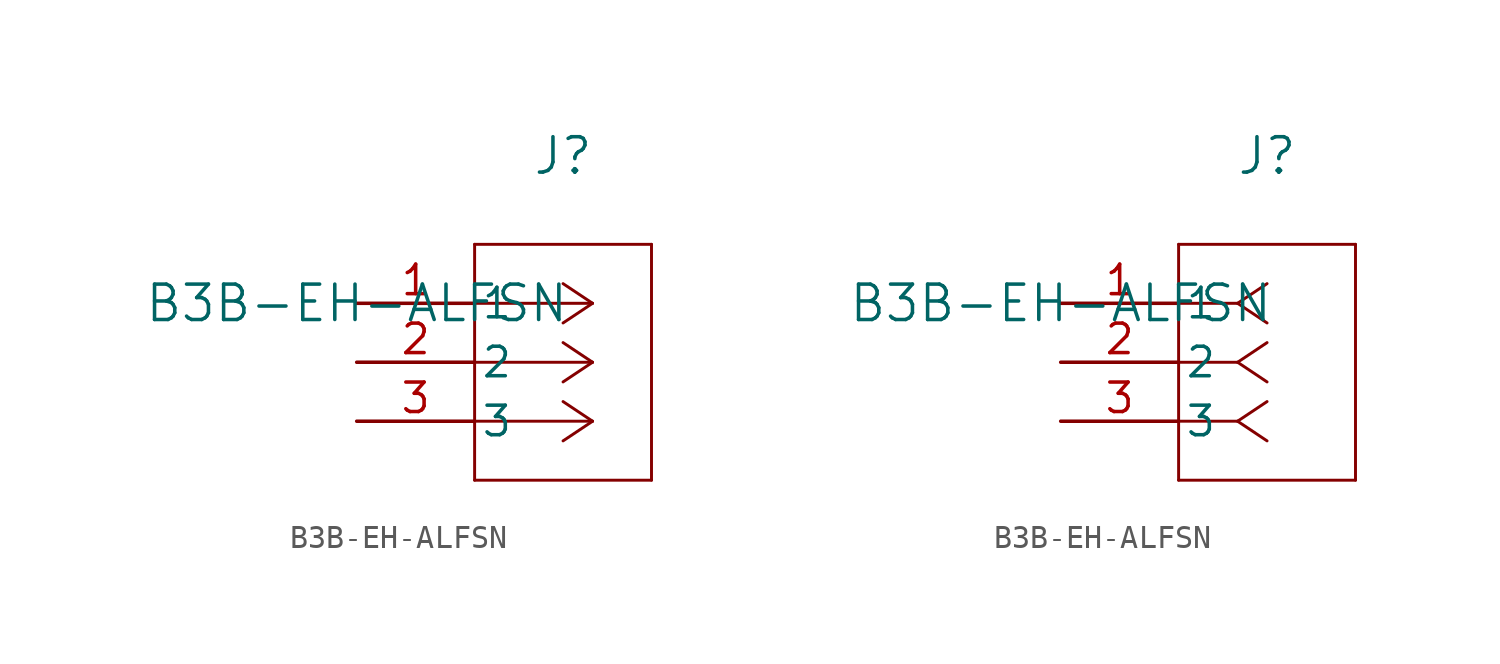
<source format=kicad_sym>
(kicad_symbol_lib
  (version 20211014)
  (generator kicad_symbol_editor)
  (symbol "B3B-EH-ALFSN"
    (pin_names
      (offset 0.254))
    (property "Reference" "J"
      (at 8.89 6.35 0)
      (effects (font (size 1.524 1.524))))
    (property "Value" "B3B-EH-ALFSN"
      (at 0 0 0)
      (effects (font (size 1.524 1.524))))
    (symbol "B3B-EH-ALFSN_1_1"
      (polyline (pts (xy 10.16 0) (xy 5.08 0)) (stroke (width 0.127) (type default) (color 0 0 0 0)) (fill (type none)))
      (polyline (pts (xy 10.16 -2.54) (xy 5.08 -2.54)) (stroke (width 0.127) (type default) (color 0 0 0 0)) (fill (type none)))
      (polyline (pts (xy 10.16 -5.08) (xy 5.08 -5.08)) (stroke (width 0.127) (type default) (color 0 0 0 0)) (fill (type none)))
      (polyline (pts (xy 10.16 0) (xy 8.89 0.847)) (stroke (width 0.127) (type default) (color 0 0 0 0)) (fill (type none)))
      (polyline (pts (xy 10.16 -2.54) (xy 8.89 -1.693)) (stroke (width 0.127) (type default) (color 0 0 0 0)) (fill (type none)))
      (polyline (pts (xy 10.16 -5.08) (xy 8.89 -4.233)) (stroke (width 0.127) (type default) (color 0 0 0 0)) (fill (type none)))
      (polyline (pts (xy 10.16 0) (xy 8.89 -0.847)) (stroke (width 0.127) (type default) (color 0 0 0 0)) (fill (type none)))
      (polyline (pts (xy 10.16 -2.54) (xy 8.89 -3.387)) (stroke (width 0.127) (type default) (color 0 0 0 0)) (fill (type none)))
      (polyline (pts (xy 10.16 -5.08) (xy 8.89 -5.927)) (stroke (width 0.127) (type default) (color 0 0 0 0)) (fill (type none)))
      (polyline (pts (xy 5.08 2.54) (xy 5.08 -7.62)) (stroke (width 0.127) (type default) (color 0 0 0 0)) (fill (type none)))
      (polyline (pts (xy 5.08 -7.62) (xy 12.7 -7.62)) (stroke (width 0.127) (type default) (color 0 0 0 0)) (fill (type none)))
      (polyline (pts (xy 12.7 -7.62) (xy 12.7 2.54)) (stroke (width 0.127) (type default) (color 0 0 0 0)) (fill (type none)))
      (polyline (pts (xy 12.7 2.54) (xy 5.08 2.54)) (stroke (width 0.127) (type default) (color 0 0 0 0)) (fill (type none)))
      (pin unspecified line (at 0 0 0) (length 5.08) (name "1" (effects (font (size 1.27 1.27)))) (number "1" (effects (font (size 1.27 1.27)))))
      (pin unspecified line (at 0 -2.54 0) (length 5.08) (name "2" (effects (font (size 1.27 1.27)))) (number "2" (effects (font (size 1.27 1.27)))))
      (pin unspecified line (at 0 -5.08 0) (length 5.08) (name "3" (effects (font (size 1.27 1.27)))) (number "3" (effects (font (size 1.27 1.27))))))
    (symbol "B3B-EH-ALFSN_1_2"
      (polyline (pts (xy 7.62 0) (xy 5.08 0)) (stroke (width 0.127) (type default) (color 0 0 0 0)) (fill (type none)))
      (polyline (pts (xy 7.62 -2.54) (xy 5.08 -2.54)) (stroke (width 0.127) (type default) (color 0 0 0 0)) (fill (type none)))
      (polyline (pts (xy 7.62 -5.08) (xy 5.08 -5.08)) (stroke (width 0.127) (type default) (color 0 0 0 0)) (fill (type none)))
      (polyline (pts (xy 7.62 0) (xy 8.89 0.847)) (stroke (width 0.127) (type default) (color 0 0 0 0)) (fill (type none)))
      (polyline (pts (xy 7.62 -2.54) (xy 8.89 -1.693)) (stroke (width 0.127) (type default) (color 0 0 0 0)) (fill (type none)))
      (polyline (pts (xy 7.62 -5.08) (xy 8.89 -4.233)) (stroke (width 0.127) (type default) (color 0 0 0 0)) (fill (type none)))
      (polyline (pts (xy 7.62 0) (xy 8.89 -0.847)) (stroke (width 0.127) (type default) (color 0 0 0 0)) (fill (type none)))
      (polyline (pts (xy 7.62 -2.54) (xy 8.89 -3.387)) (stroke (width 0.127) (type default) (color 0 0 0 0)) (fill (type none)))
      (polyline (pts (xy 7.62 -5.08) (xy 8.89 -5.927)) (stroke (width 0.127) (type default) (color 0 0 0 0)) (fill (type none)))
      (polyline (pts (xy 5.08 2.54) (xy 5.08 -7.62)) (stroke (width 0.127) (type default) (color 0 0 0 0)) (fill (type none)))
      (polyline (pts (xy 5.08 -7.62) (xy 12.7 -7.62)) (stroke (width 0.127) (type default) (color 0 0 0 0)) (fill (type none)))
      (polyline (pts (xy 12.7 -7.62) (xy 12.7 2.54)) (stroke (width 0.127) (type default) (color 0 0 0 0)) (fill (type none)))
      (polyline (pts (xy 12.7 2.54) (xy 5.08 2.54)) (stroke (width 0.127) (type default) (color 0 0 0 0)) (fill (type none)))
      (pin unspecified line (at 0 0 0) (length 5.08) (name "1" (effects (font (size 1.27 1.27)))) (number "1" (effects (font (size 1.27 1.27)))))
      (pin unspecified line (at 0 -2.54 0) (length 5.08) (name "2" (effects (font (size 1.27 1.27)))) (number "2" (effects (font (size 1.27 1.27)))))
      (pin unspecified line (at 0 -5.08 0) (length 5.08) (name "3" (effects (font (size 1.27 1.27)))) (number "3" (effects (font (size 1.27 1.27))))))))
</source>
